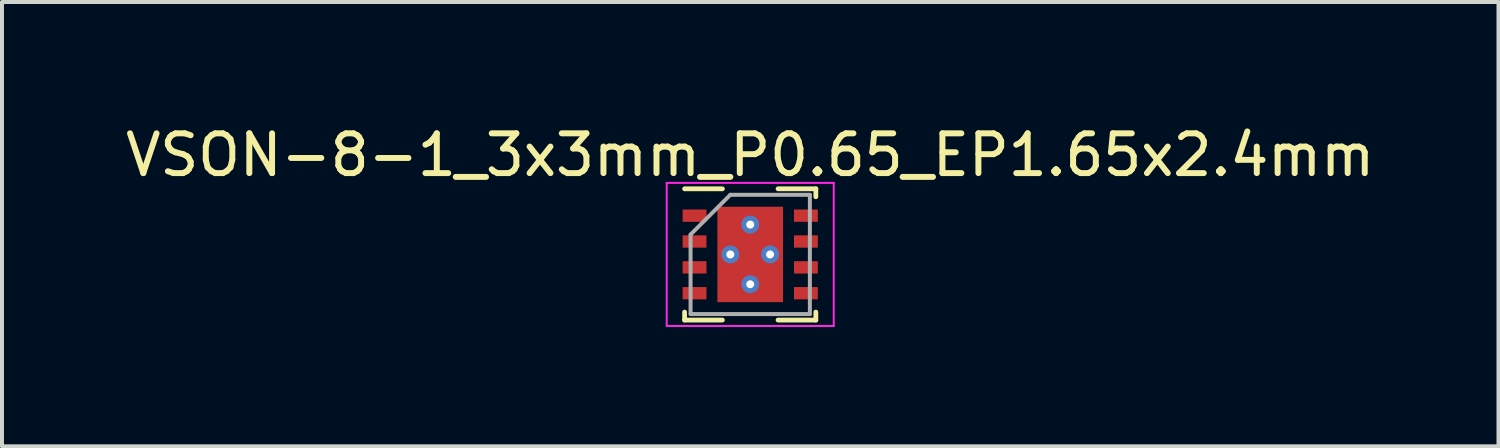
<source format=kicad_pcb>
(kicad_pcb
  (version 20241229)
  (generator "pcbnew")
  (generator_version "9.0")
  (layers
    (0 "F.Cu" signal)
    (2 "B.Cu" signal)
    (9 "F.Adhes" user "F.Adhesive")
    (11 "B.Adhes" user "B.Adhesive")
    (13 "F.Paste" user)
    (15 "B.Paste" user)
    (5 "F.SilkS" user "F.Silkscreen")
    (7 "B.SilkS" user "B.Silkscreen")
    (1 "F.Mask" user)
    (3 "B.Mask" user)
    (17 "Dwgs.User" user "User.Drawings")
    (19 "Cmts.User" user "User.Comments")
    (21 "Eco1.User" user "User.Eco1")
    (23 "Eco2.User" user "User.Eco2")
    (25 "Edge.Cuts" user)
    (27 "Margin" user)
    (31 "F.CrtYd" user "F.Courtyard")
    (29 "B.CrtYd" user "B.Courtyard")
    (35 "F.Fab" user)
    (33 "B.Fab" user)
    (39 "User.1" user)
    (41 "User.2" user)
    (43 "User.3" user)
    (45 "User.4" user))
  (footprint "VSON-8-1_3x3mm_P0.65_EP1.65x2.4mm"
    (layer "F.Cu")
    (at 15.815 3.348)
    (property "Reference" "VSON-8-1_3x3mm_P0.65_EP1.65x2.4mm" (at 0 -2.5 0) (layer "F.SilkS") (effects (font (size 1 1) (thickness 0.15))))
    (attr smd)
    (fp_line (start -1.65 -1.65) (end -0.7 -1.65) (stroke (width 0.12) (type solid)) (layer "F.SilkS"))
    (fp_line (start -1.65 1.65) (end -1.65 1.45) (stroke (width 0.12) (type solid)) (layer "F.SilkS"))
    (fp_line (start -1.65 1.65) (end -0.7 1.65) (stroke (width 0.12) (type solid)) (layer "F.SilkS"))
    (fp_line (start 0.7 -1.65) (end 1.65 -1.65) (stroke (width 0.12) (type solid)) (layer "F.SilkS"))
    (fp_line (start 0.7 1.65) (end 1.65 1.65) (stroke (width 0.12) (type solid)) (layer "F.SilkS"))
    (fp_line (start 1.65 -1.45) (end 1.65 -1.65) (stroke (width 0.12) (type solid)) (layer "F.SilkS"))
    (fp_line (start 1.65 1.45) (end 1.65 1.65) (stroke (width 0.12) (type solid)) (layer "F.SilkS"))
    (fp_line (start -2.1 -1.8) (end -2.1 1.8) (stroke (width 0.05) (type solid)) (layer "F.CrtYd"))
    (fp_line (start -2.1 -1.8) (end 2.1 -1.8) (stroke (width 0.05) (type solid)) (layer "F.CrtYd"))
    (fp_line (start -2.1 1.8) (end 2.1 1.8) (stroke (width 0.05) (type solid)) (layer "F.CrtYd"))
    (fp_line (start 2.1 -1.8) (end 2.1 1.8) (stroke (width 0.05) (type solid)) (layer "F.CrtYd"))
    (fp_line (start -1.5 1.5) (end -1.5 -0.5) (stroke (width 0.1) (type solid)) (layer "F.Fab"))
    (fp_line (start -0.5 -1.5) (end -1.5 -0.5) (stroke (width 0.1) (type solid)) (layer "F.Fab"))
    (fp_line (start -0.5 -1.5) (end 1.5 -1.5) (stroke (width 0.1) (type solid)) (layer "F.Fab"))
    (fp_line (start 1.5 -1.5) (end 1.5 1.5) (stroke (width 0.1) (type solid)) (layer "F.Fab"))
    (fp_line (start 1.5 1.5) (end -1.5 1.5) (stroke (width 0.1) (type solid)) (layer "F.Fab"))
    (pad "" smd rect (at -0.45 -0.625) (size 0.6 1) (layers "F.Paste"))
    (pad "" smd rect (at -0.45 0.625) (size 0.6 1) (layers "F.Paste"))
    (pad "" smd rect (at 0.45 -0.625) (size 0.6 1) (layers "F.Paste"))
    (pad "" smd rect (at 0.45 0.625) (size 0.6 1) (layers "F.Paste"))
    (pad "1" smd rect (at -1.4 -0.975) (size 0.6 0.31) (layers "F.Cu" "F.Mask" "F.Paste"))
    (pad "2" smd rect (at -1.4 -0.325) (size 0.6 0.31) (layers "F.Cu" "F.Mask" "F.Paste"))
    (pad "3" smd rect (at -1.4 0.325) (size 0.6 0.31) (layers "F.Cu" "F.Mask" "F.Paste"))
    (pad "4" smd rect (at -1.4 0.975) (size 0.6 0.31) (layers "F.Cu" "F.Mask" "F.Paste"))
    (pad "5" smd rect (at 1.4 0.975) (size 0.6 0.31) (layers "F.Cu" "F.Mask" "F.Paste"))
    (pad "6" smd rect (at 1.4 0.325) (size 0.6 0.31) (layers "F.Cu" "F.Mask" "F.Paste"))
    (pad "7" smd rect (at 1.4 -0.325) (size 0.6 0.31) (layers "F.Cu" "F.Mask" "F.Paste"))
    (pad "8" smd rect (at 1.4 -0.975) (size 0.6 0.31) (layers "F.Cu" "F.Mask" "F.Paste"))
    (pad "9" thru_hole circle (at -0.5 0) (size 0.45 0.45) (drill 0.2) (property pad_prop_heatsink) (layers "*.Cu"))
    (pad "9" thru_hole circle (at 0 -0.75) (size 0.45 0.45) (drill 0.2) (property pad_prop_heatsink) (layers "*.Cu"))
    (pad "9" smd rect (at 0 0) (size 1.65 2.4) (layers "F.Cu" "F.Mask"))
    (pad "9" thru_hole circle (at 0 0.75) (size 0.45 0.45) (drill 0.2) (property pad_prop_heatsink) (layers "*.Cu"))
    (pad "9" thru_hole circle (at 0.5 0) (size 0.45 0.45) (drill 0.2) (property pad_prop_heatsink) (layers "*.Cu")))
  (gr_rect
    (start -3 -3)
    (end 34.631 8.173)
    (stroke (width 0.1) (type default))
    (fill no)
    (layer "Edge.Cuts")))
</source>
